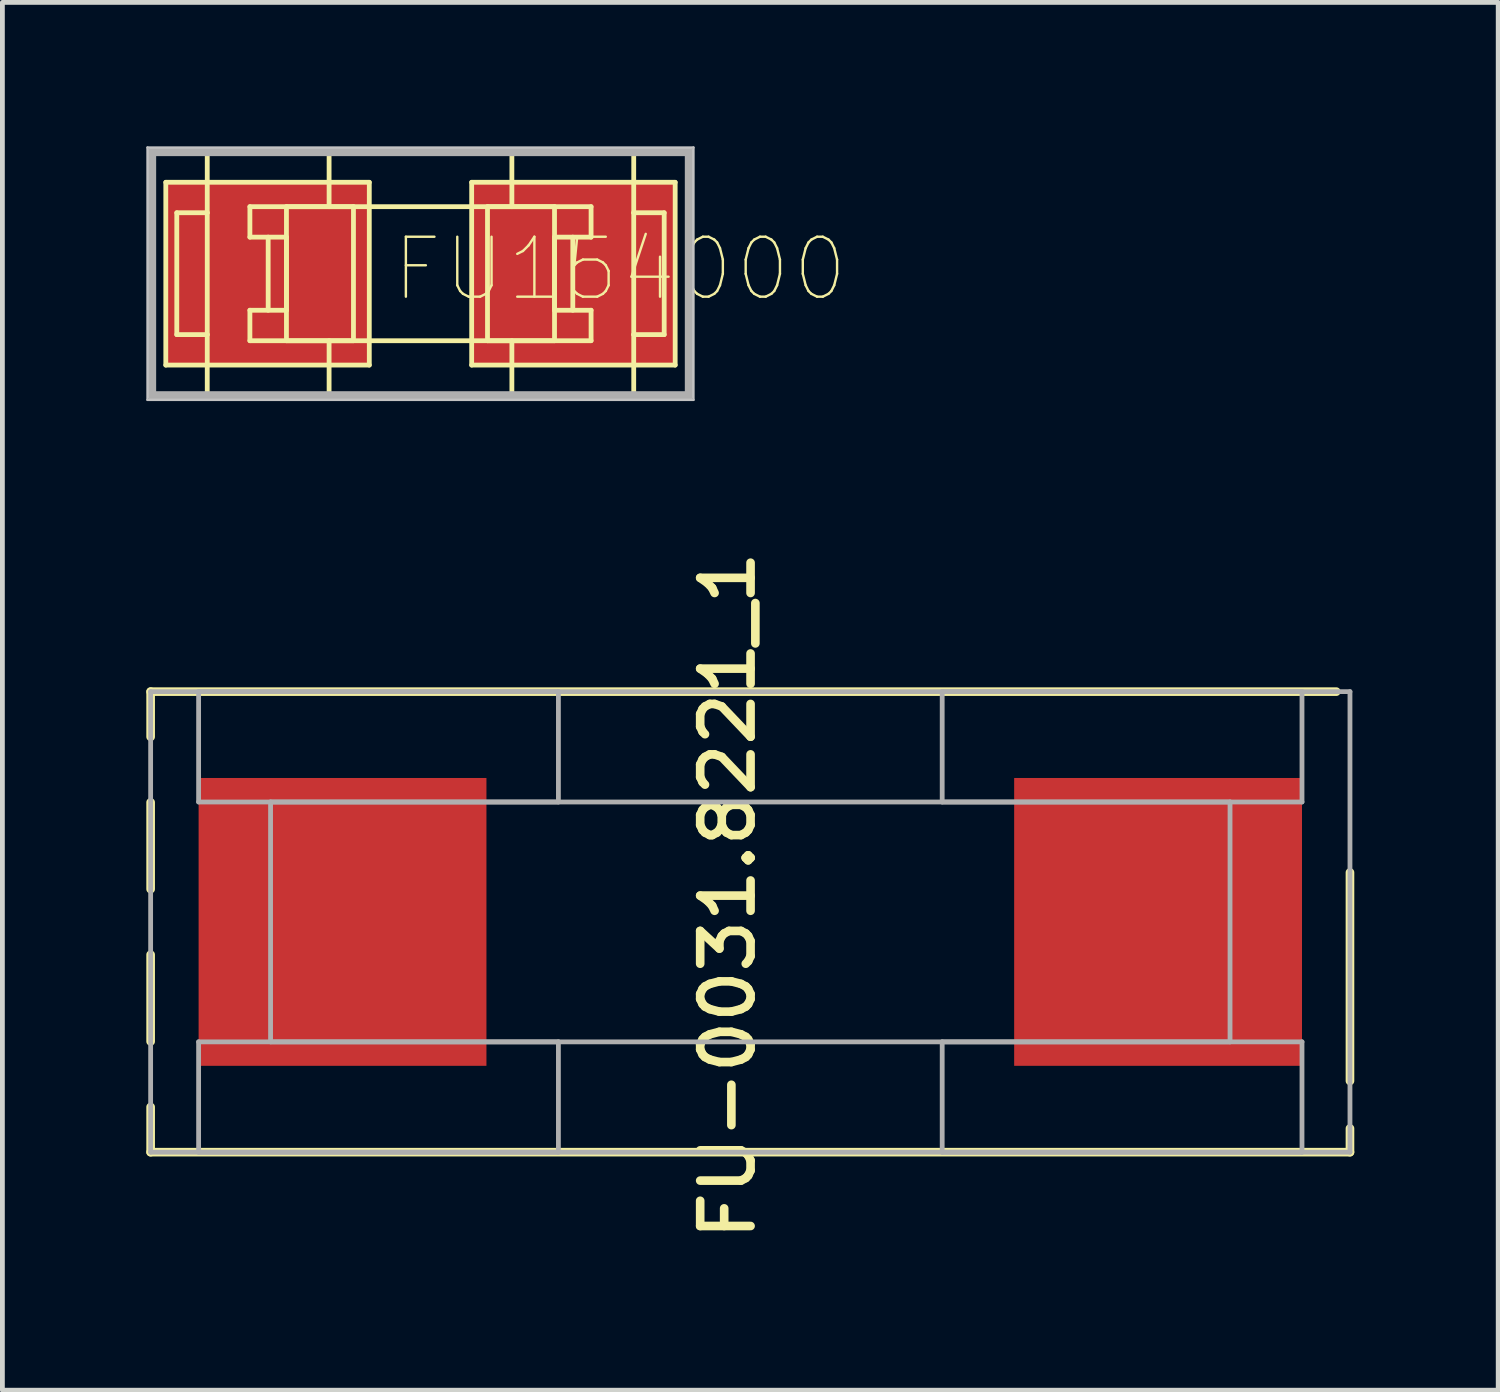
<source format=kicad_pcb>
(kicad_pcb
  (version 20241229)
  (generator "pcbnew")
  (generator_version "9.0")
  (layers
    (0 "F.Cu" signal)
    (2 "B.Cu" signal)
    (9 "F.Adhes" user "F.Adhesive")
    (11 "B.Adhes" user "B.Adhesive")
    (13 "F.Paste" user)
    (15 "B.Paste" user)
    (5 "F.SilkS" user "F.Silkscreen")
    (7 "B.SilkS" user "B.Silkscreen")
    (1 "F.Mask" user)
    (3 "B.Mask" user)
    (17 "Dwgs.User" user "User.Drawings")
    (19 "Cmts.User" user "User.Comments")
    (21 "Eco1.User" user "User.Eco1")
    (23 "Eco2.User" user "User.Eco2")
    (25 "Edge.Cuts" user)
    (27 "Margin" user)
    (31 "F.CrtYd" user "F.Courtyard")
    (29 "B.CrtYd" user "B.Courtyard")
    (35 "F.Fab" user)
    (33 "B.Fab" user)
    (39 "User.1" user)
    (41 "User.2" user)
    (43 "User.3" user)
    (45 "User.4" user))
  (footprint "FU154000"
    (placed yes)
    (layer "F.Cu")
    (at 5.715 2.655)
    (property "Reference" "FU154000" (at -0.635 0.635 0) (layer "F.SilkS") (effects (font (size 1.25 1.25) (thickness 0.05)) (justify left bottom)))
    (attr through_hole)
    (fp_line (start -5.309 -1.905) (end -1.067 -1.905) (stroke (width 0.1) (type solid)) (layer "F.SilkS"))
    (fp_line (start -5.309 1.905) (end -5.309 -1.905) (stroke (width 0.1) (type solid)) (layer "F.SilkS"))
    (fp_line (start -5.08 -1.27) (end -5.08 1.27) (stroke (width 0.1) (type solid)) (layer "F.SilkS"))
    (fp_line (start -5.08 1.27) (end -4.445 1.27) (stroke (width 0.1) (type solid)) (layer "F.SilkS"))
    (fp_line (start -4.445 -2.54) (end -4.445 -1.27) (stroke (width 0.1) (type solid)) (layer "F.SilkS"))
    (fp_line (start -4.445 -1.27) (end -5.08 -1.27) (stroke (width 0.1) (type solid)) (layer "F.SilkS"))
    (fp_line (start -4.445 -1.27) (end -4.445 1.27) (stroke (width 0.1) (type solid)) (layer "F.SilkS"))
    (fp_line (start -4.445 1.27) (end -4.445 2.54) (stroke (width 0.1) (type solid)) (layer "F.SilkS"))
    (fp_line (start -4.445 2.54) (end 4.445 2.54) (stroke (width 0.1) (type solid)) (layer "F.SilkS"))
    (fp_line (start -3.556 -1.397) (end 3.556 -1.397) (stroke (width 0.1) (type solid)) (layer "F.SilkS"))
    (fp_line (start -3.556 -0.762) (end -3.556 -1.397) (stroke (width 0.1) (type solid)) (layer "F.SilkS"))
    (fp_line (start -3.556 0.762) (end -2.794 0.762) (stroke (width 0.1) (type solid)) (layer "F.SilkS"))
    (fp_line (start -3.556 1.397) (end -3.556 0.762) (stroke (width 0.1) (type solid)) (layer "F.SilkS"))
    (fp_line (start -3.175 -0.762) (end -3.175 0.762) (stroke (width 0.1) (type solid)) (layer "F.SilkS"))
    (fp_line (start -2.794 -1.397) (end -1.397 -1.397) (stroke (width 0.1) (type solid)) (layer "F.SilkS"))
    (fp_line (start -2.794 -0.762) (end -3.556 -0.762) (stroke (width 0.1) (type solid)) (layer "F.SilkS"))
    (fp_line (start -2.794 0.762) (end -2.794 -0.762) (stroke (width 0.1) (type solid)) (layer "F.SilkS"))
    (fp_line (start -2.794 1.397) (end -2.794 -1.397) (stroke (width 0.1) (type solid)) (layer "F.SilkS"))
    (fp_line (start -1.905 -1.397) (end -1.905 -2.54) (stroke (width 0.1) (type solid)) (layer "F.SilkS"))
    (fp_line (start -1.905 2.54) (end -1.905 1.397) (stroke (width 0.1) (type solid)) (layer "F.SilkS"))
    (fp_line (start -1.397 -1.397) (end -1.397 1.397) (stroke (width 0.1) (type solid)) (layer "F.SilkS"))
    (fp_line (start -1.397 1.397) (end -2.794 1.397) (stroke (width 0.1) (type solid)) (layer "F.SilkS"))
    (fp_line (start -1.067 -1.905) (end -1.067 1.905) (stroke (width 0.1) (type solid)) (layer "F.SilkS"))
    (fp_line (start -1.067 1.905) (end -5.309 1.905) (stroke (width 0.1) (type solid)) (layer "F.SilkS"))
    (fp_line (start 1.067 -1.905) (end 5.309 -1.905) (stroke (width 0.1) (type solid)) (layer "F.SilkS"))
    (fp_line (start 1.067 1.905) (end 1.067 -1.905) (stroke (width 0.1) (type solid)) (layer "F.SilkS"))
    (fp_line (start 1.397 -1.397) (end 2.794 -1.397) (stroke (width 0.1) (type solid)) (layer "F.SilkS"))
    (fp_line (start 1.397 1.397) (end 1.397 -1.397) (stroke (width 0.1) (type solid)) (layer "F.SilkS"))
    (fp_line (start 1.905 -1.397) (end 1.905 -2.54) (stroke (width 0.1) (type solid)) (layer "F.SilkS"))
    (fp_line (start 1.905 2.54) (end 1.905 1.397) (stroke (width 0.1) (type solid)) (layer "F.SilkS"))
    (fp_line (start 2.794 -1.397) (end 2.794 1.397) (stroke (width 0.1) (type solid)) (layer "F.SilkS"))
    (fp_line (start 2.794 -0.762) (end 2.794 0.762) (stroke (width 0.1) (type solid)) (layer "F.SilkS"))
    (fp_line (start 2.794 0.762) (end 3.556 0.762) (stroke (width 0.1) (type solid)) (layer "F.SilkS"))
    (fp_line (start 2.794 1.397) (end 1.397 1.397) (stroke (width 0.1) (type solid)) (layer "F.SilkS"))
    (fp_line (start 3.175 -0.762) (end 3.175 0.762) (stroke (width 0.1) (type solid)) (layer "F.SilkS"))
    (fp_line (start 3.556 -1.397) (end 3.556 -0.762) (stroke (width 0.1) (type solid)) (layer "F.SilkS"))
    (fp_line (start 3.556 -0.762) (end 2.794 -0.762) (stroke (width 0.1) (type solid)) (layer "F.SilkS"))
    (fp_line (start 3.556 0.762) (end 3.556 1.397) (stroke (width 0.1) (type solid)) (layer "F.SilkS"))
    (fp_line (start 3.556 1.397) (end -3.556 1.397) (stroke (width 0.1) (type solid)) (layer "F.SilkS"))
    (fp_line (start 4.445 -2.54) (end -4.445 -2.54) (stroke (width 0.1) (type solid)) (layer "F.SilkS"))
    (fp_line (start 4.445 -1.27) (end 4.445 -2.54) (stroke (width 0.1) (type solid)) (layer "F.SilkS"))
    (fp_line (start 4.445 -1.27) (end 4.445 1.27) (stroke (width 0.1) (type solid)) (layer "F.SilkS"))
    (fp_line (start 4.445 1.27) (end 5.08 1.27) (stroke (width 0.1) (type solid)) (layer "F.SilkS"))
    (fp_line (start 4.445 2.54) (end 4.445 1.27) (stroke (width 0.1) (type solid)) (layer "F.SilkS"))
    (fp_line (start 5.08 -1.27) (end 4.445 -1.27) (stroke (width 0.1) (type solid)) (layer "F.SilkS"))
    (fp_line (start 5.08 1.27) (end 5.08 -1.27) (stroke (width 0.1) (type solid)) (layer "F.SilkS"))
    (fp_line (start 5.309 -1.905) (end 5.309 1.905) (stroke (width 0.1) (type solid)) (layer "F.SilkS"))
    (fp_line (start 5.309 1.905) (end 1.067 1.905) (stroke (width 0.1) (type solid)) (layer "F.SilkS"))
    (fp_line (start -5.69 -2.63) (end 5.69 -2.63) (stroke (width 0.05) (type solid)) (layer "Dwgs.User"))
    (fp_line (start -5.69 2.63) (end -5.69 -2.63) (stroke (width 0.05) (type solid)) (layer "Dwgs.User"))
    (fp_line (start 5.69 -2.63) (end 5.69 2.63) (stroke (width 0.05) (type solid)) (layer "Dwgs.User"))
    (fp_line (start 5.69 2.63) (end -5.69 2.63) (stroke (width 0.05) (type solid)) (layer "Dwgs.User"))
    (fp_line (start -5.6 -2.54) (end 5.6 -2.54) (stroke (width 0.18) (type solid)) (layer "F.Fab"))
    (fp_line (start -5.6 2.54) (end -5.6 -2.54) (stroke (width 0.18) (type solid)) (layer "F.Fab"))
    (fp_line (start 5.6 -2.54) (end 5.6 2.54) (stroke (width 0.18) (type solid)) (layer "F.Fab"))
    (fp_line (start 5.6 2.54) (end -5.6 2.54) (stroke (width 0.18) (type solid)) (layer "F.Fab"))
    (fp_poly (pts (xy -5.6 2.54) (xy -5.6 -2.54) (xy 5.6 -2.54) (xy 5.6 2.54) (xy -5.6 2.54)) (stroke (width 0.02) (type solid)) (fill no) (layer "F.Fab"))
    (pad "1" smd rect (at -3.188 0) (size 4.242 3.81) (layers "F.Cu" "F.Mask" "F.Paste"))
    (pad "2" smd rect (at 3.188 0) (size 4.242 3.81) (layers "F.Cu" "F.Mask" "F.Paste")))
  (footprint "FU-0031.8221_1"
    (layer "F.Cu")
    (at 12.59 16.167)
    (property "Reference" "FU-0031.8221_1" (at -0.471 -0.548 90) (unlocked yes) (layer "F.SilkS") (effects (font (size 1.05 1.104) (thickness 0.18))))
    (attr smd)
    (fp_line (start -12.5 -4.8) (end 12.215 -4.8) (stroke (width 0.18) (type solid)) (layer "F.SilkS"))
    (fp_line (start -12.5 -3.858) (end -12.5 -4.8) (stroke (width 0.18) (type solid)) (layer "F.SilkS"))
    (fp_line (start -12.5 -0.683) (end -12.5 -2.492) (stroke (width 0.18) (type solid)) (layer "F.SilkS"))
    (fp_line (start -12.5 2.492) (end -12.5 0.683) (stroke (width 0.18) (type solid)) (layer "F.SilkS"))
    (fp_line (start -12.5 4.8) (end -12.5 3.858) (stroke (width 0.18) (type solid)) (layer "F.SilkS"))
    (fp_line (start -12.5 4.8) (end 12.5 4.8) (stroke (width 0.18) (type solid)) (layer "F.SilkS"))
    (fp_line (start 12.5 3.315) (end 12.5 -1.031) (stroke (width 0.18) (type solid)) (layer "F.SilkS"))
    (fp_line (start 12.5 4.8) (end 12.5 4.305) (stroke (width 0.18) (type solid)) (layer "F.SilkS"))
    (fp_line (start -12.5 -4.8) (end 12.5 -4.8) (stroke (width 0.1) (type solid)) (layer "F.Fab"))
    (fp_line (start -12.5 4.8) (end -12.5 -4.8) (stroke (width 0.1) (type solid)) (layer "F.Fab"))
    (fp_line (start -12.5 4.8) (end 12.5 4.8) (stroke (width 0.1) (type solid)) (layer "F.Fab"))
    (fp_line (start -11.5 -4.8) (end -4 -4.8) (stroke (width 0.1) (type solid)) (layer "F.Fab"))
    (fp_line (start -11.5 -2.5) (end -11.5 -4.8) (stroke (width 0.1) (type solid)) (layer "F.Fab"))
    (fp_line (start -11.5 -2.5) (end -4 -2.5) (stroke (width 0.1) (type solid)) (layer "F.Fab"))
    (fp_line (start -11.5 2.5) (end -4 2.5) (stroke (width 0.1) (type solid)) (layer "F.Fab"))
    (fp_line (start -11.5 4.8) (end -11.5 2.5) (stroke (width 0.1) (type solid)) (layer "F.Fab"))
    (fp_line (start -11.5 4.8) (end -4 4.8) (stroke (width 0.1) (type solid)) (layer "F.Fab"))
    (fp_line (start -10 -2.5) (end 10 -2.5) (stroke (width 0.1) (type solid)) (layer "F.Fab"))
    (fp_line (start -10 2.5) (end -10 -2.5) (stroke (width 0.1) (type solid)) (layer "F.Fab"))
    (fp_line (start -10 2.5) (end 10 2.5) (stroke (width 0.1) (type solid)) (layer "F.Fab"))
    (fp_line (start -4 -2.5) (end -4 -4.8) (stroke (width 0.1) (type solid)) (layer "F.Fab"))
    (fp_line (start -4 4.8) (end -4 2.5) (stroke (width 0.1) (type solid)) (layer "F.Fab"))
    (fp_line (start 4 -4.8) (end 11.5 -4.8) (stroke (width 0.1) (type solid)) (layer "F.Fab"))
    (fp_line (start 4 -2.5) (end 4 -4.8) (stroke (width 0.1) (type solid)) (layer "F.Fab"))
    (fp_line (start 4 -2.5) (end 11.5 -2.5) (stroke (width 0.1) (type solid)) (layer "F.Fab"))
    (fp_line (start 4 2.5) (end 11.5 2.5) (stroke (width 0.1) (type solid)) (layer "F.Fab"))
    (fp_line (start 4 4.8) (end 4 2.5) (stroke (width 0.1) (type solid)) (layer "F.Fab"))
    (fp_line (start 4 4.8) (end 11.5 4.8) (stroke (width 0.1) (type solid)) (layer "F.Fab"))
    (fp_line (start 10 2.5) (end 10 -2.5) (stroke (width 0.1) (type solid)) (layer "F.Fab"))
    (fp_line (start 11.5 -2.5) (end 11.5 -4.8) (stroke (width 0.1) (type solid)) (layer "F.Fab"))
    (fp_line (start 11.5 4.8) (end 11.5 2.5) (stroke (width 0.1) (type solid)) (layer "F.Fab"))
    (fp_line (start 12.5 4.8) (end 12.5 -4.8) (stroke (width 0.1) (type solid)) (layer "F.Fab"))
    (pad "1" smd rect (at -8.5 0) (size 6 6) (layers "F.Cu" "F.Mask" "F.Paste"))
    (pad "2" smd rect (at 8.5 0) (size 6 6) (layers "F.Cu" "F.Mask" "F.Paste")))
  (gr_rect
    (start -3 -3)
    (end 28.18 25.929)
    (stroke (width 0.1) (type default))
    (fill no)
    (layer "Edge.Cuts")))
</source>
